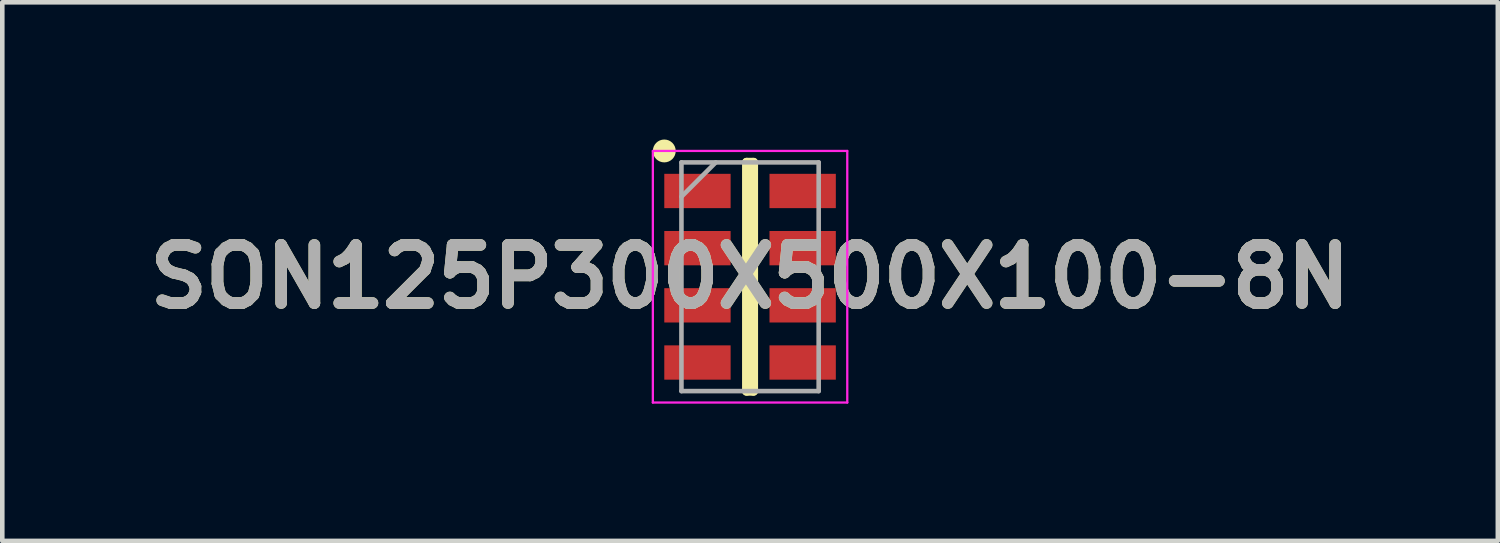
<source format=kicad_pcb>
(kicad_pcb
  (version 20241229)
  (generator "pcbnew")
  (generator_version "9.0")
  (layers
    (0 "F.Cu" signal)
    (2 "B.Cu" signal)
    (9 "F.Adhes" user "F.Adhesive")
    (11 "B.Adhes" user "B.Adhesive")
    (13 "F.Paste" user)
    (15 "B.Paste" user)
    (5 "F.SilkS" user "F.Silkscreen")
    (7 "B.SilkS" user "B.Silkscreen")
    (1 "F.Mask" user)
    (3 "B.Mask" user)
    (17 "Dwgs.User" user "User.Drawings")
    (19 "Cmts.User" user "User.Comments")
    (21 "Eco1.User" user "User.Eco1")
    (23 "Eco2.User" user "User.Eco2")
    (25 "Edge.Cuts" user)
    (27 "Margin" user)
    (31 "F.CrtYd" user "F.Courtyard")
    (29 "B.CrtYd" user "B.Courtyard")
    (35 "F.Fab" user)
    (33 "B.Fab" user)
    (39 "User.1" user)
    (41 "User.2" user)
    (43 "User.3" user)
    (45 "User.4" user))
  (footprint "SON125P300X500X100-8N"
    (layer "F.Cu")
    (at 13.347 3)
    (property "Reference" "SON125P300X500X100-8N" (at 0 0 0) (layer "F.SilkS") (effects (font (size 1.27 1.27) (thickness 0.254))))
    (attr smd)
    (fp_line (start -0.075 -2.5) (end 0.075 -2.5) (stroke (width 0.2) (type solid)) (layer "F.SilkS"))
    (fp_line (start -0.075 2.5) (end -0.075 -2.5) (stroke (width 0.2) (type solid)) (layer "F.SilkS"))
    (fp_line (start 0.075 -2.5) (end 0.075 2.5) (stroke (width 0.2) (type solid)) (layer "F.SilkS"))
    (fp_line (start 0.075 2.5) (end -0.075 2.5) (stroke (width 0.2) (type solid)) (layer "F.SilkS"))
    (fp_circle (center -1.875 -2.75) (end -1.875 -2.625) (stroke (width 0.25) (type solid)) (fill no) (layer "F.SilkS"))
    (fp_line (start -2.125 -2.75) (end 2.125 -2.75) (stroke (width 0.05) (type solid)) (layer "F.CrtYd"))
    (fp_line (start -2.125 2.75) (end -2.125 -2.75) (stroke (width 0.05) (type solid)) (layer "F.CrtYd"))
    (fp_line (start 2.125 -2.75) (end 2.125 2.75) (stroke (width 0.05) (type solid)) (layer "F.CrtYd"))
    (fp_line (start 2.125 2.75) (end -2.125 2.75) (stroke (width 0.05) (type solid)) (layer "F.CrtYd"))
    (fp_line (start -1.5 -2.5) (end 1.5 -2.5) (stroke (width 0.1) (type solid)) (layer "F.Fab"))
    (fp_line (start -1.5 -1.75) (end -0.75 -2.5) (stroke (width 0.1) (type solid)) (layer "F.Fab"))
    (fp_line (start -1.5 2.5) (end -1.5 -2.5) (stroke (width 0.1) (type solid)) (layer "F.Fab"))
    (fp_line (start 1.5 -2.5) (end 1.5 2.5) (stroke (width 0.1) (type solid)) (layer "F.Fab"))
    (fp_line (start 1.5 2.5) (end -1.5 2.5) (stroke (width 0.1) (type solid)) (layer "F.Fab"))
    (fp_text user "${REFERENCE}" (at 0 0 0) (layer "F.Fab") (effects (font (size 1.27 1.27) (thickness 0.254))))
    (pad "1" smd rect (at -1.15 -1.875 90) (size 0.75 1.45) (layers "F.Cu" "F.Mask" "F.Paste"))
    (pad "2" smd rect (at -1.15 -0.625 90) (size 0.75 1.45) (layers "F.Cu" "F.Mask" "F.Paste"))
    (pad "3" smd rect (at -1.15 0.625 90) (size 0.75 1.45) (layers "F.Cu" "F.Mask" "F.Paste"))
    (pad "4" smd rect (at -1.15 1.875 90) (size 0.75 1.45) (layers "F.Cu" "F.Mask" "F.Paste"))
    (pad "5" smd rect (at 1.15 1.875 90) (size 0.75 1.45) (layers "F.Cu" "F.Mask" "F.Paste"))
    (pad "6" smd rect (at 1.15 0.625 90) (size 0.75 1.45) (layers "F.Cu" "F.Mask" "F.Paste"))
    (pad "7" smd rect (at 1.15 -0.625 90) (size 0.75 1.45) (layers "F.Cu" "F.Mask" "F.Paste"))
    (pad "8" smd rect (at 1.15 -1.875 90) (size 0.75 1.45) (layers "F.Cu" "F.Mask" "F.Paste")))
  (gr_rect
    (start -3 -3)
    (end 29.694 8.775)
    (stroke (width 0.1) (type default))
    (fill no)
    (layer "Edge.Cuts")))
</source>
